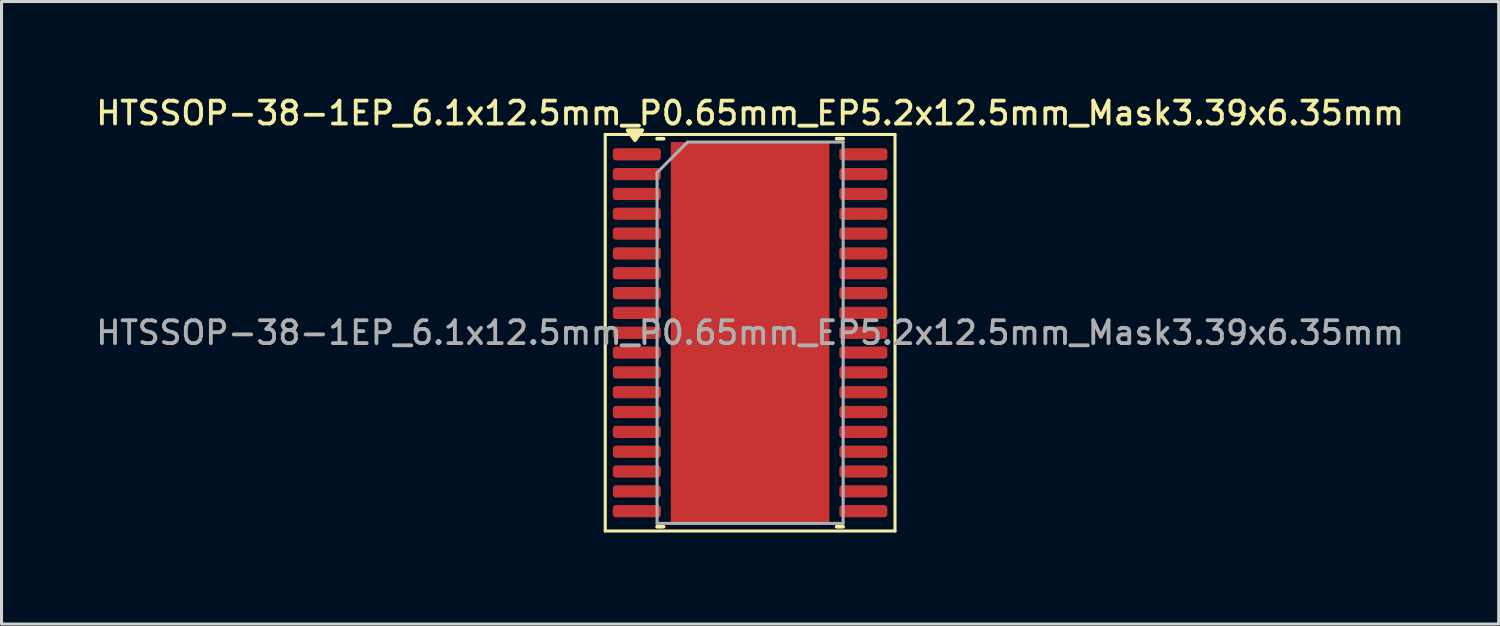
<source format=kicad_pcb>
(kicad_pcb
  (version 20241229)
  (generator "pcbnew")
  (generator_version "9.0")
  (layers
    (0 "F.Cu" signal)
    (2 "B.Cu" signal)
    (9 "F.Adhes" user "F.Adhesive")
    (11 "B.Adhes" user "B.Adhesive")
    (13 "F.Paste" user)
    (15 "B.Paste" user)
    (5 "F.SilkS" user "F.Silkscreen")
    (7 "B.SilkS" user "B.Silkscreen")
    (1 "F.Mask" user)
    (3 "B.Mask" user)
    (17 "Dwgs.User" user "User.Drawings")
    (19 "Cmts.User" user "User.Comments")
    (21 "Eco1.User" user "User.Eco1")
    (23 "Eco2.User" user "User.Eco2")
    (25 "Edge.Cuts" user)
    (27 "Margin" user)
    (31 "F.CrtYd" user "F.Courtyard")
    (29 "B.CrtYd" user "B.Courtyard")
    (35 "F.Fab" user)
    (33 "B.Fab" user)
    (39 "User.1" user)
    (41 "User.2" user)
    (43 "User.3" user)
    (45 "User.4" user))
  (footprint "HTSSOP-38-1EP_6.1x12.5mm_P0.65mm_EP5.2x12.5mm_Mask3.39x6.35mm"
    (layer "F.Cu")
    (at 21.541 7.858)
    (property "Reference" "HTSSOP-38-1EP_6.1x12.5mm_P0.65mm_EP5.2x12.5mm_Mask3.39x6.35mm" (at 0 -7.2 0) (layer "F.SilkS") (effects (font (size 0.75 0.75) (thickness 0.125))))
    (attr smd)
    (fp_line (start -4.75 -6.5) (end -4.75 6.5) (stroke (width 0.1) (type solid)) (layer "F.SilkS"))
    (fp_line (start -4.75 6.5) (end 4.75 6.5) (stroke (width 0.1) (type solid)) (layer "F.SilkS"))
    (fp_line (start -2.836 -6.36) (end -3.05 -6.36) (stroke (width 0.12) (type solid)) (layer "F.SilkS"))
    (fp_line (start -2.836 6.36) (end -3.05 6.36) (stroke (width 0.12) (type solid)) (layer "F.SilkS"))
    (fp_line (start 2.836 -6.36) (end 3.05 -6.36) (stroke (width 0.12) (type solid)) (layer "F.SilkS"))
    (fp_line (start 2.836 6.36) (end 3.05 6.36) (stroke (width 0.12) (type solid)) (layer "F.SilkS"))
    (fp_line (start 4.75 -6.5) (end -4.75 -6.5) (stroke (width 0.1) (type solid)) (layer "F.SilkS"))
    (fp_line (start 4.75 6.5) (end 4.75 -6.5) (stroke (width 0.1) (type solid)) (layer "F.SilkS"))
    (fp_poly (pts (xy -3.775 -6.31) (xy -4.015 -6.64) (xy -3.535 -6.64) (xy -3.775 -6.31)) (stroke (width 0.12) (type solid)) (fill yes) (layer "F.SilkS"))
    (fp_line (start -3.05 -5.25) (end -2.05 -6.25) (stroke (width 0.1) (type solid)) (layer "F.Fab"))
    (fp_line (start -3.05 6.25) (end -3.05 -5.25) (stroke (width 0.1) (type solid)) (layer "F.Fab"))
    (fp_line (start -2.05 -6.25) (end 3.05 -6.25) (stroke (width 0.1) (type solid)) (layer "F.Fab"))
    (fp_line (start 3.05 -6.25) (end 3.05 6.25) (stroke (width 0.1) (type solid)) (layer "F.Fab"))
    (fp_line (start 3.05 6.25) (end -3.05 6.25) (stroke (width 0.1) (type solid)) (layer "F.Fab"))
    (fp_text user "${REFERENCE}" (at 0 0 0) (layer "F.Fab") (effects (font (size 0.75 0.75) (thickness 0.125))))
    (pad "" smd roundrect (at -0.85 -2.12) (size 1.37 1.71) (layers "F.Paste") (roundrect_rratio 0.182))
    (pad "" smd roundrect (at -0.85 0) (size 1.37 1.71) (layers "F.Paste") (roundrect_rratio 0.182))
    (pad "" smd roundrect (at -0.85 2.12) (size 1.37 1.71) (layers "F.Paste") (roundrect_rratio 0.182))
    (pad "" smd rect (at 0 0) (size 3.39 6.35) (layers "F.Mask"))
    (pad "" smd roundrect (at 0.85 -2.12) (size 1.37 1.71) (layers "F.Paste") (roundrect_rratio 0.182))
    (pad "" smd roundrect (at 0.85 0) (size 1.37 1.71) (layers "F.Paste") (roundrect_rratio 0.182))
    (pad "" smd roundrect (at 0.85 2.12) (size 1.37 1.71) (layers "F.Paste") (roundrect_rratio 0.182))
    (pad "1" smd roundrect (at -3.712 -5.85) (size 1.575 0.4) (layers "F.Cu" "F.Mask" "F.Paste") (roundrect_rratio 0.25))
    (pad "2" smd roundrect (at -3.712 -5.2) (size 1.575 0.4) (layers "F.Cu" "F.Mask" "F.Paste") (roundrect_rratio 0.25))
    (pad "3" smd roundrect (at -3.712 -4.55) (size 1.575 0.4) (layers "F.Cu" "F.Mask" "F.Paste") (roundrect_rratio 0.25))
    (pad "4" smd roundrect (at -3.712 -3.9) (size 1.575 0.4) (layers "F.Cu" "F.Mask" "F.Paste") (roundrect_rratio 0.25))
    (pad "5" smd roundrect (at -3.712 -3.25) (size 1.575 0.4) (layers "F.Cu" "F.Mask" "F.Paste") (roundrect_rratio 0.25))
    (pad "6" smd roundrect (at -3.712 -2.6) (size 1.575 0.4) (layers "F.Cu" "F.Mask" "F.Paste") (roundrect_rratio 0.25))
    (pad "7" smd roundrect (at -3.712 -1.95) (size 1.575 0.4) (layers "F.Cu" "F.Mask" "F.Paste") (roundrect_rratio 0.25))
    (pad "8" smd roundrect (at -3.712 -1.3) (size 1.575 0.4) (layers "F.Cu" "F.Mask" "F.Paste") (roundrect_rratio 0.25))
    (pad "9" smd roundrect (at -3.712 -0.65) (size 1.575 0.4) (layers "F.Cu" "F.Mask" "F.Paste") (roundrect_rratio 0.25))
    (pad "10" smd roundrect (at -3.712 0) (size 1.575 0.4) (layers "F.Cu" "F.Mask" "F.Paste") (roundrect_rratio 0.25))
    (pad "11" smd roundrect (at -3.712 0.65) (size 1.575 0.4) (layers "F.Cu" "F.Mask" "F.Paste") (roundrect_rratio 0.25))
    (pad "12" smd roundrect (at -3.712 1.3) (size 1.575 0.4) (layers "F.Cu" "F.Mask" "F.Paste") (roundrect_rratio 0.25))
    (pad "13" smd roundrect (at -3.712 1.95) (size 1.575 0.4) (layers "F.Cu" "F.Mask" "F.Paste") (roundrect_rratio 0.25))
    (pad "14" smd roundrect (at -3.712 2.6) (size 1.575 0.4) (layers "F.Cu" "F.Mask" "F.Paste") (roundrect_rratio 0.25))
    (pad "15" smd roundrect (at -3.712 3.25) (size 1.575 0.4) (layers "F.Cu" "F.Mask" "F.Paste") (roundrect_rratio 0.25))
    (pad "16" smd roundrect (at -3.712 3.9) (size 1.575 0.4) (layers "F.Cu" "F.Mask" "F.Paste") (roundrect_rratio 0.25))
    (pad "17" smd roundrect (at -3.712 4.55) (size 1.575 0.4) (layers "F.Cu" "F.Mask" "F.Paste") (roundrect_rratio 0.25))
    (pad "18" smd roundrect (at -3.712 5.2) (size 1.575 0.4) (layers "F.Cu" "F.Mask" "F.Paste") (roundrect_rratio 0.25))
    (pad "19" smd roundrect (at -3.712 5.85) (size 1.575 0.4) (layers "F.Cu" "F.Mask" "F.Paste") (roundrect_rratio 0.25))
    (pad "20" smd roundrect (at 3.712 5.85) (size 1.575 0.4) (layers "F.Cu" "F.Mask" "F.Paste") (roundrect_rratio 0.25))
    (pad "21" smd roundrect (at 3.712 5.2) (size 1.575 0.4) (layers "F.Cu" "F.Mask" "F.Paste") (roundrect_rratio 0.25))
    (pad "22" smd roundrect (at 3.712 4.55) (size 1.575 0.4) (layers "F.Cu" "F.Mask" "F.Paste") (roundrect_rratio 0.25))
    (pad "23" smd roundrect (at 3.712 3.9) (size 1.575 0.4) (layers "F.Cu" "F.Mask" "F.Paste") (roundrect_rratio 0.25))
    (pad "24" smd roundrect (at 3.712 3.25) (size 1.575 0.4) (layers "F.Cu" "F.Mask" "F.Paste") (roundrect_rratio 0.25))
    (pad "25" smd roundrect (at 3.712 2.6) (size 1.575 0.4) (layers "F.Cu" "F.Mask" "F.Paste") (roundrect_rratio 0.25))
    (pad "26" smd roundrect (at 3.712 1.95) (size 1.575 0.4) (layers "F.Cu" "F.Mask" "F.Paste") (roundrect_rratio 0.25))
    (pad "27" smd roundrect (at 3.712 1.3) (size 1.575 0.4) (layers "F.Cu" "F.Mask" "F.Paste") (roundrect_rratio 0.25))
    (pad "28" smd roundrect (at 3.712 0.65) (size 1.575 0.4) (layers "F.Cu" "F.Mask" "F.Paste") (roundrect_rratio 0.25))
    (pad "29" smd roundrect (at 3.712 0) (size 1.575 0.4) (layers "F.Cu" "F.Mask" "F.Paste") (roundrect_rratio 0.25))
    (pad "30" smd roundrect (at 3.712 -0.65) (size 1.575 0.4) (layers "F.Cu" "F.Mask" "F.Paste") (roundrect_rratio 0.25))
    (pad "31" smd roundrect (at 3.712 -1.3) (size 1.575 0.4) (layers "F.Cu" "F.Mask" "F.Paste") (roundrect_rratio 0.25))
    (pad "32" smd roundrect (at 3.712 -1.95) (size 1.575 0.4) (layers "F.Cu" "F.Mask" "F.Paste") (roundrect_rratio 0.25))
    (pad "33" smd roundrect (at 3.712 -2.6) (size 1.575 0.4) (layers "F.Cu" "F.Mask" "F.Paste") (roundrect_rratio 0.25))
    (pad "34" smd roundrect (at 3.712 -3.25) (size 1.575 0.4) (layers "F.Cu" "F.Mask" "F.Paste") (roundrect_rratio 0.25))
    (pad "35" smd roundrect (at 3.712 -3.9) (size 1.575 0.4) (layers "F.Cu" "F.Mask" "F.Paste") (roundrect_rratio 0.25))
    (pad "36" smd roundrect (at 3.712 -4.55) (size 1.575 0.4) (layers "F.Cu" "F.Mask" "F.Paste") (roundrect_rratio 0.25))
    (pad "37" smd roundrect (at 3.712 -5.2) (size 1.575 0.4) (layers "F.Cu" "F.Mask" "F.Paste") (roundrect_rratio 0.25))
    (pad "38" smd roundrect (at 3.712 -5.85) (size 1.575 0.4) (layers "F.Cu" "F.Mask" "F.Paste") (roundrect_rratio 0.25))
    (pad "39" smd rect (at 0 0) (size 5.2 12.5) (property pad_prop_heatsink) (layers "F.Cu")))
  (gr_rect
    (start -3 -3)
    (end 46.082 17.408)
    (stroke (width 0.1) (type default))
    (fill no)
    (layer "Edge.Cuts")))
</source>
